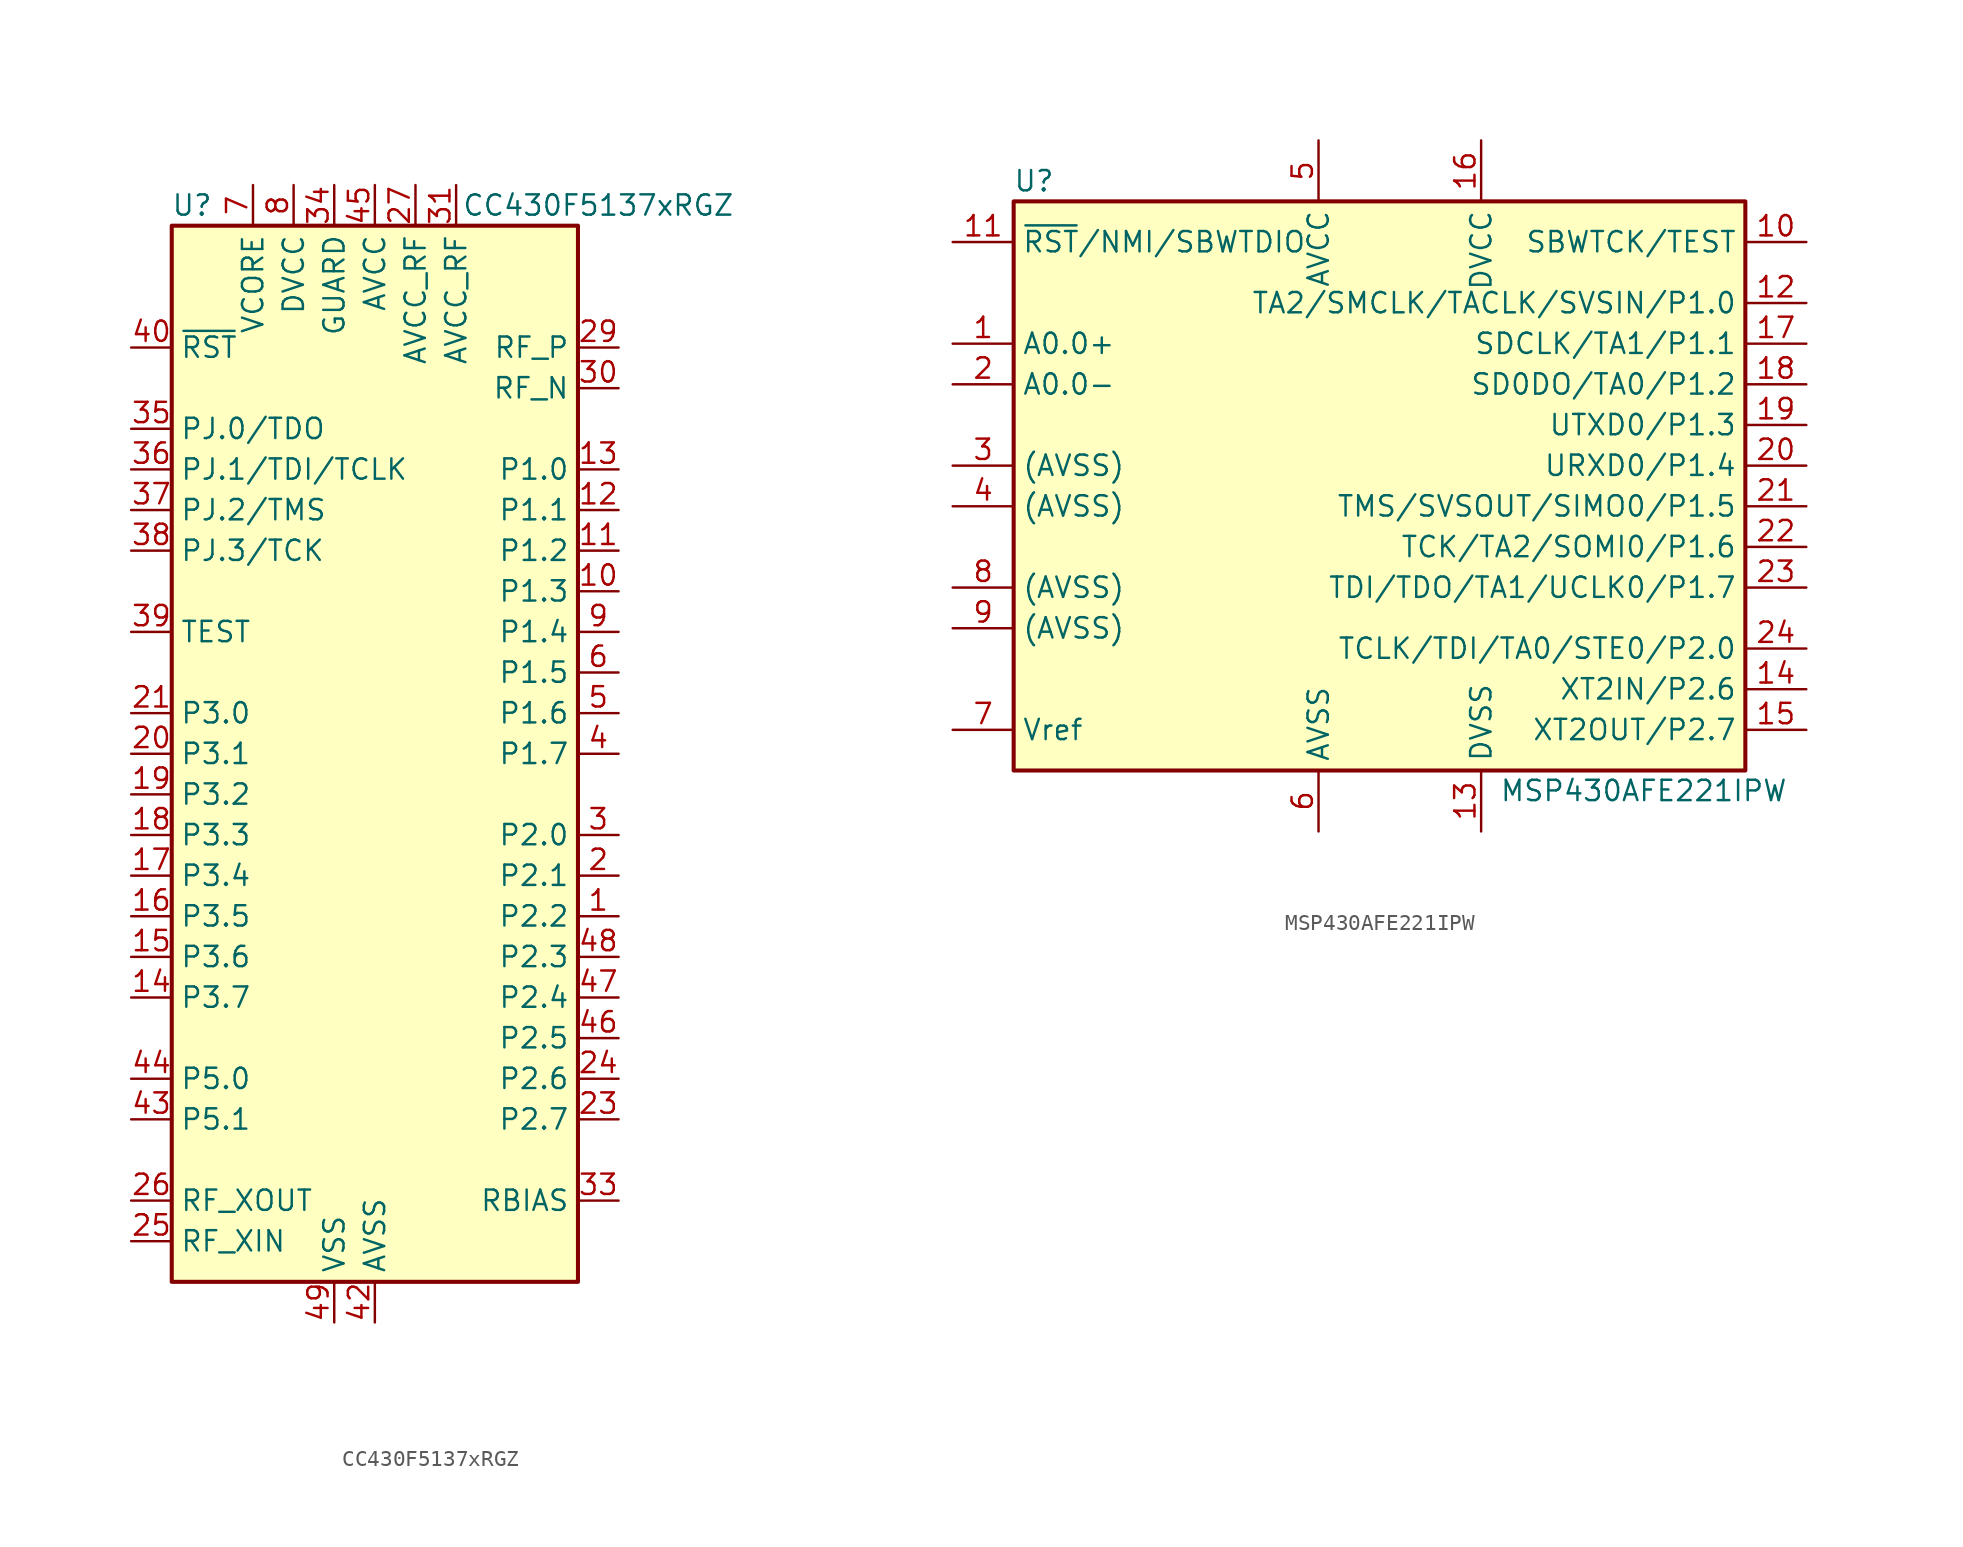
<source format=kicad_sym>
(kicad_symbol_lib
  (version 20220914)
  (generator kicad_symbol_editor)
  (symbol "CC430F5137xRGZ"
    (property "Reference" "U"
      (at -11.43 34.29 0)
      (effects (font (size 1.27 1.27))))
    (property "Value" "CC430F5137xRGZ"
      (at 13.97 34.29 0)
      (effects (font (size 1.27 1.27))))
    (symbol "CC430F5137xRGZ_0_1"
      (rectangle (start -12.7 33.02) (end 12.7 -33.02) (stroke (width 0.254) (type default)) (fill (type background))))
    (symbol "CC430F5137xRGZ_1_1"
      (pin bidirectional line (at 15.24 -10.16 180) (length 2.54) (name "P2.2" (effects (font (size 1.27 1.27)))) (number "1" (effects (font (size 1.27 1.27)))))
      (pin bidirectional line (at 15.24 10.16 180) (length 2.54) (name "P1.3" (effects (font (size 1.27 1.27)))) (number "10" (effects (font (size 1.27 1.27)))))
      (pin bidirectional line (at 15.24 12.7 180) (length 2.54) (name "P1.2" (effects (font (size 1.27 1.27)))) (number "11" (effects (font (size 1.27 1.27)))))
      (pin bidirectional line (at 15.24 15.24 180) (length 2.54) (name "P1.1" (effects (font (size 1.27 1.27)))) (number "12" (effects (font (size 1.27 1.27)))))
      (pin bidirectional line (at 15.24 17.78 180) (length 2.54) (name "P1.0" (effects (font (size 1.27 1.27)))) (number "13" (effects (font (size 1.27 1.27)))))
      (pin bidirectional line (at -15.24 -15.24 0) (length 2.54) (name "P3.7" (effects (font (size 1.27 1.27)))) (number "14" (effects (font (size 1.27 1.27)))))
      (pin bidirectional line (at -15.24 -12.7 0) (length 2.54) (name "P3.6" (effects (font (size 1.27 1.27)))) (number "15" (effects (font (size 1.27 1.27)))))
      (pin bidirectional line (at -15.24 -10.16 0) (length 2.54) (name "P3.5" (effects (font (size 1.27 1.27)))) (number "16" (effects (font (size 1.27 1.27)))))
      (pin bidirectional line (at -15.24 -7.62 0) (length 2.54) (name "P3.4" (effects (font (size 1.27 1.27)))) (number "17" (effects (font (size 1.27 1.27)))))
      (pin bidirectional line (at -15.24 -5.08 0) (length 2.54) (name "P3.3" (effects (font (size 1.27 1.27)))) (number "18" (effects (font (size 1.27 1.27)))))
      (pin bidirectional line (at -15.24 -2.54 0) (length 2.54) (name "P3.2" (effects (font (size 1.27 1.27)))) (number "19" (effects (font (size 1.27 1.27)))))
      (pin bidirectional line (at 15.24 -7.62 180) (length 2.54) (name "P2.1" (effects (font (size 1.27 1.27)))) (number "2" (effects (font (size 1.27 1.27)))))
      (pin bidirectional line (at -15.24 0 0) (length 2.54) (name "P3.1" (effects (font (size 1.27 1.27)))) (number "20" (effects (font (size 1.27 1.27)))))
      (pin bidirectional line (at -15.24 2.54 0) (length 2.54) (name "P3.0" (effects (font (size 1.27 1.27)))) (number "21" (effects (font (size 1.27 1.27)))))
      (pin passive line (at -5.08 35.56 270) (length 2.54) hide (name "DVCC" (effects (font (size 1.27 1.27)))) (number "22" (effects (font (size 1.27 1.27)))))
      (pin bidirectional line (at 15.24 -22.86 180) (length 2.54) (name "P2.7" (effects (font (size 1.27 1.27)))) (number "23" (effects (font (size 1.27 1.27)))))
      (pin bidirectional line (at 15.24 -20.32 180) (length 2.54) (name "P2.6" (effects (font (size 1.27 1.27)))) (number "24" (effects (font (size 1.27 1.27)))))
      (pin input line (at -15.24 -30.48 0) (length 2.54) (name "RF_XIN" (effects (font (size 1.27 1.27)))) (number "25" (effects (font (size 1.27 1.27)))))
      (pin output line (at -15.24 -27.94 0) (length 2.54) (name "RF_XOUT" (effects (font (size 1.27 1.27)))) (number "26" (effects (font (size 1.27 1.27)))))
      (pin power_in line (at 2.54 35.56 270) (length 2.54) (name "AVCC_RF" (effects (font (size 1.27 1.27)))) (number "27" (effects (font (size 1.27 1.27)))))
      (pin passive line (at 2.54 35.56 270) (length 2.54) hide (name "AVCC_RF" (effects (font (size 1.27 1.27)))) (number "28" (effects (font (size 1.27 1.27)))))
      (pin passive line (at 15.24 25.4 180) (length 2.54) (name "RF_P" (effects (font (size 1.27 1.27)))) (number "29" (effects (font (size 1.27 1.27)))))
      (pin bidirectional line (at 15.24 -5.08 180) (length 2.54) (name "P2.0" (effects (font (size 1.27 1.27)))) (number "3" (effects (font (size 1.27 1.27)))))
      (pin passive line (at 15.24 22.86 180) (length 2.54) (name "RF_N" (effects (font (size 1.27 1.27)))) (number "30" (effects (font (size 1.27 1.27)))))
      (pin power_in line (at 5.08 35.56 270) (length 2.54) (name "AVCC_RF" (effects (font (size 1.27 1.27)))) (number "31" (effects (font (size 1.27 1.27)))))
      (pin passive line (at 5.08 35.56 270) (length 2.54) hide (name "AVCC_RF" (effects (font (size 1.27 1.27)))) (number "32" (effects (font (size 1.27 1.27)))))
      (pin passive line (at 15.24 -27.94 180) (length 2.54) (name "RBIAS" (effects (font (size 1.27 1.27)))) (number "33" (effects (font (size 1.27 1.27)))))
      (pin power_in line (at -2.54 35.56 270) (length 2.54) (name "GUARD" (effects (font (size 1.27 1.27)))) (number "34" (effects (font (size 1.27 1.27)))))
      (pin bidirectional line (at -15.24 20.32 0) (length 2.54) (name "PJ.0/TDO" (effects (font (size 1.27 1.27)))) (number "35" (effects (font (size 1.27 1.27)))))
      (pin bidirectional line (at -15.24 17.78 0) (length 2.54) (name "PJ.1/TDI/TCLK" (effects (font (size 1.27 1.27)))) (number "36" (effects (font (size 1.27 1.27)))))
      (pin bidirectional line (at -15.24 15.24 0) (length 2.54) (name "PJ.2/TMS" (effects (font (size 1.27 1.27)))) (number "37" (effects (font (size 1.27 1.27)))))
      (pin bidirectional line (at -15.24 12.7 0) (length 2.54) (name "PJ.3/TCK" (effects (font (size 1.27 1.27)))) (number "38" (effects (font (size 1.27 1.27)))))
      (pin bidirectional line (at -15.24 7.62 0) (length 2.54) (name "TEST" (effects (font (size 1.27 1.27)))) (number "39" (effects (font (size 1.27 1.27)))))
      (pin bidirectional line (at 15.24 0 180) (length 2.54) (name "P1.7" (effects (font (size 1.27 1.27)))) (number "4" (effects (font (size 1.27 1.27)))))
      (pin input line (at -15.24 25.4 0) (length 2.54) (name "~{RST}" (effects (font (size 1.27 1.27)))) (number "40" (effects (font (size 1.27 1.27)))))
      (pin passive line (at -5.08 35.56 270) (length 2.54) hide (name "DVCC" (effects (font (size 1.27 1.27)))) (number "41" (effects (font (size 1.27 1.27)))))
      (pin power_in line (at 0 -35.56 90) (length 2.54) (name "AVSS" (effects (font (size 1.27 1.27)))) (number "42" (effects (font (size 1.27 1.27)))))
      (pin bidirectional line (at -15.24 -22.86 0) (length 2.54) (name "P5.1" (effects (font (size 1.27 1.27)))) (number "43" (effects (font (size 1.27 1.27)))))
      (pin bidirectional line (at -15.24 -20.32 0) (length 2.54) (name "P5.0" (effects (font (size 1.27 1.27)))) (number "44" (effects (font (size 1.27 1.27)))))
      (pin power_in line (at 0 35.56 270) (length 2.54) (name "AVCC" (effects (font (size 1.27 1.27)))) (number "45" (effects (font (size 1.27 1.27)))))
      (pin bidirectional line (at 15.24 -17.78 180) (length 2.54) (name "P2.5" (effects (font (size 1.27 1.27)))) (number "46" (effects (font (size 1.27 1.27)))))
      (pin bidirectional line (at 15.24 -15.24 180) (length 2.54) (name "P2.4" (effects (font (size 1.27 1.27)))) (number "47" (effects (font (size 1.27 1.27)))))
      (pin bidirectional line (at 15.24 -12.7 180) (length 2.54) (name "P2.3" (effects (font (size 1.27 1.27)))) (number "48" (effects (font (size 1.27 1.27)))))
      (pin power_in line (at -2.54 -35.56 90) (length 2.54) (name "VSS" (effects (font (size 1.27 1.27)))) (number "49" (effects (font (size 1.27 1.27)))))
      (pin bidirectional line (at 15.24 2.54 180) (length 2.54) (name "P1.6" (effects (font (size 1.27 1.27)))) (number "5" (effects (font (size 1.27 1.27)))))
      (pin bidirectional line (at 15.24 5.08 180) (length 2.54) (name "P1.5" (effects (font (size 1.27 1.27)))) (number "6" (effects (font (size 1.27 1.27)))))
      (pin power_in line (at -7.62 35.56 270) (length 2.54) (name "VCORE" (effects (font (size 1.27 1.27)))) (number "7" (effects (font (size 1.27 1.27)))))
      (pin power_in line (at -5.08 35.56 270) (length 2.54) (name "DVCC" (effects (font (size 1.27 1.27)))) (number "8" (effects (font (size 1.27 1.27)))))
      (pin bidirectional line (at 15.24 7.62 180) (length 2.54) (name "P1.4" (effects (font (size 1.27 1.27)))) (number "9" (effects (font (size 1.27 1.27)))))))
  (symbol "MSP430AFE221IPW"
    (property "Reference" "U"
      (at -22.86 19.05 0)
      (effects (font (size 1.27 1.27))))
    (property "Value" "MSP430AFE221IPW"
      (at 15.24 -19.05 0)
      (effects (font (size 1.27 1.27))))
    (symbol "MSP430AFE221IPW_0_1"
      (rectangle (start -24.13 17.78) (end 21.59 -17.78) (stroke (width 0.254) (type default)) (fill (type background))))
    (symbol "MSP430AFE221IPW_1_1"
      (pin passive line (at -27.94 8.89 0) (length 3.81) (name "A0.0+" (effects (font (size 1.27 1.27)))) (number "1" (effects (font (size 1.27 1.27)))))
      (pin input line (at 25.4 15.24 180) (length 3.81) (name "SBWTCK/TEST" (effects (font (size 1.27 1.27)))) (number "10" (effects (font (size 1.27 1.27)))))
      (pin input line (at -27.94 15.24 0) (length 3.81) (name "~{RST}/NMI/SBWTDIO" (effects (font (size 1.27 1.27)))) (number "11" (effects (font (size 1.27 1.27)))))
      (pin bidirectional line (at 25.4 11.43 180) (length 3.81) (name "TA2/SMCLK/TACLK/SVSIN/P1.0" (effects (font (size 1.27 1.27)))) (number "12" (effects (font (size 1.27 1.27)))))
      (pin power_in line (at 5.08 -21.59 90) (length 3.81) (name "DVSS" (effects (font (size 1.27 1.27)))) (number "13" (effects (font (size 1.27 1.27)))))
      (pin bidirectional line (at 25.4 -12.7 180) (length 3.81) (name "XT2IN/P2.6" (effects (font (size 1.27 1.27)))) (number "14" (effects (font (size 1.27 1.27)))))
      (pin bidirectional line (at 25.4 -15.24 180) (length 3.81) (name "XT2OUT/P2.7" (effects (font (size 1.27 1.27)))) (number "15" (effects (font (size 1.27 1.27)))))
      (pin power_in line (at 5.08 21.59 270) (length 3.81) (name "DVCC" (effects (font (size 1.27 1.27)))) (number "16" (effects (font (size 1.27 1.27)))))
      (pin bidirectional line (at 25.4 8.89 180) (length 3.81) (name "SDCLK/TA1/P1.1" (effects (font (size 1.27 1.27)))) (number "17" (effects (font (size 1.27 1.27)))))
      (pin bidirectional line (at 25.4 6.35 180) (length 3.81) (name "SD0DO/TA0/P1.2" (effects (font (size 1.27 1.27)))) (number "18" (effects (font (size 1.27 1.27)))))
      (pin bidirectional line (at 25.4 3.81 180) (length 3.81) (name "UTXD0/P1.3" (effects (font (size 1.27 1.27)))) (number "19" (effects (font (size 1.27 1.27)))))
      (pin passive line (at -27.94 6.35 0) (length 3.81) (name "A0.0-" (effects (font (size 1.27 1.27)))) (number "2" (effects (font (size 1.27 1.27)))))
      (pin bidirectional line (at 25.4 1.27 180) (length 3.81) (name "URXD0/P1.4" (effects (font (size 1.27 1.27)))) (number "20" (effects (font (size 1.27 1.27)))))
      (pin bidirectional line (at 25.4 -1.27 180) (length 3.81) (name "TMS/SVSOUT/SIMO0/P1.5" (effects (font (size 1.27 1.27)))) (number "21" (effects (font (size 1.27 1.27)))))
      (pin bidirectional line (at 25.4 -3.81 180) (length 3.81) (name "TCK/TA2/SOMI0/P1.6" (effects (font (size 1.27 1.27)))) (number "22" (effects (font (size 1.27 1.27)))))
      (pin bidirectional line (at 25.4 -6.35 180) (length 3.81) (name "TDI/TDO/TA1/UCLK0/P1.7" (effects (font (size 1.27 1.27)))) (number "23" (effects (font (size 1.27 1.27)))))
      (pin bidirectional line (at 25.4 -10.16 180) (length 3.81) (name "TCLK/TDI/TA0/STE0/P2.0" (effects (font (size 1.27 1.27)))) (number "24" (effects (font (size 1.27 1.27)))))
      (pin passive line (at -27.94 1.27 0) (length 3.81) (name "(AVSS)" (effects (font (size 1.27 1.27)))) (number "3" (effects (font (size 1.27 1.27)))))
      (pin passive line (at -27.94 -1.27 0) (length 3.81) (name "(AVSS)" (effects (font (size 1.27 1.27)))) (number "4" (effects (font (size 1.27 1.27)))))
      (pin power_in line (at -5.08 21.59 270) (length 3.81) (name "AVCC" (effects (font (size 1.27 1.27)))) (number "5" (effects (font (size 1.27 1.27)))))
      (pin power_in line (at -5.08 -21.59 90) (length 3.81) (name "AVSS" (effects (font (size 1.27 1.27)))) (number "6" (effects (font (size 1.27 1.27)))))
      (pin passive line (at -27.94 -15.24 0) (length 3.81) (name "Vref" (effects (font (size 1.27 1.27)))) (number "7" (effects (font (size 1.27 1.27)))))
      (pin passive line (at -27.94 -6.35 0) (length 3.81) (name "(AVSS)" (effects (font (size 1.27 1.27)))) (number "8" (effects (font (size 1.27 1.27)))))
      (pin passive line (at -27.94 -8.89 0) (length 3.81) (name "(AVSS)" (effects (font (size 1.27 1.27)))) (number "9" (effects (font (size 1.27 1.27))))))))
</source>
